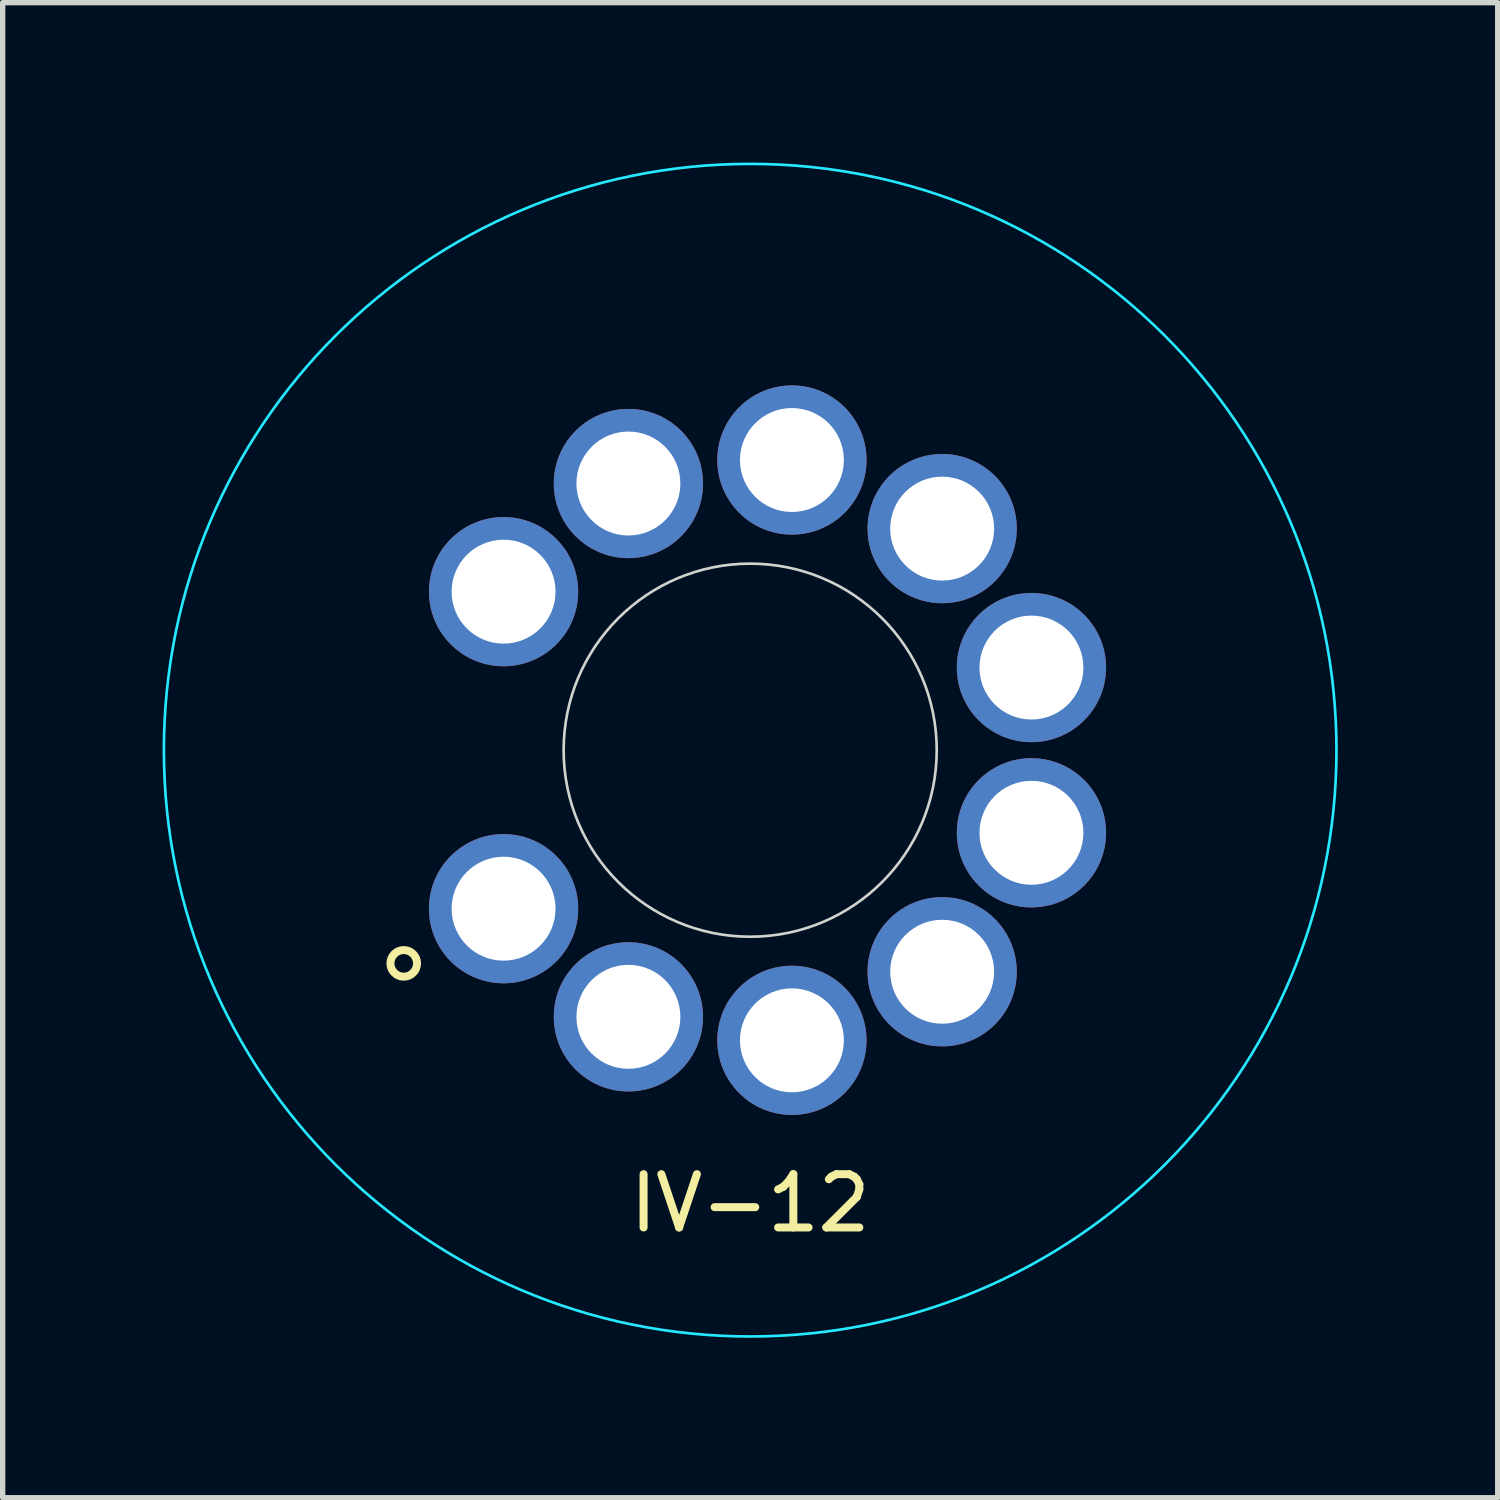
<source format=kicad_pcb>
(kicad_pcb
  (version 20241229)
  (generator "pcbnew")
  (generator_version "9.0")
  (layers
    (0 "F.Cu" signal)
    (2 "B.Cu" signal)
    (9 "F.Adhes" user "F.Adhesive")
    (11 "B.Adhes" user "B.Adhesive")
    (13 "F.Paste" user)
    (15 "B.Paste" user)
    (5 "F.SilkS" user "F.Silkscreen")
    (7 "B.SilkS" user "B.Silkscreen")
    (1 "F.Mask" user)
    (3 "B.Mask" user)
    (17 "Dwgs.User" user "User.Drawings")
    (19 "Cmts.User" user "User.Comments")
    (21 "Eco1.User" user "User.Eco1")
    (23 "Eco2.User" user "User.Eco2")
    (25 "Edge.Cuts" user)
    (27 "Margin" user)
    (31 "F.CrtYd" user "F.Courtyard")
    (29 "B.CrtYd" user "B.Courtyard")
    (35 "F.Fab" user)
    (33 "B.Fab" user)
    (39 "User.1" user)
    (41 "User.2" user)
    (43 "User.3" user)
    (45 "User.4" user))
  (footprint "IV-12"
    (layer "F.Cu")
    (at 11.025 11.025)
    (property "Reference" "IV-12" (at 0 8.5 0) (layer "F.SilkS") (effects (font (size 1 1) (thickness 0.15))))
    (attr through_hole)
    (fp_circle (center -6.5 4) (end -6.29 3.865) (stroke (width 0.15) (type solid)) (fill no) (layer "F.SilkS"))
    (fp_circle (center 0 0) (end 0 -3.5) (stroke (width 0.05) (type default)) (fill no) (layer "Edge.Cuts"))
    (fp_circle (center 0 0) (end 0 -11) (stroke (width 0.05) (type solid)) (fill no) (layer "B.CrtYd"))
    (pad "1" thru_hole circle (at -4.627 2.974 122.698) (size 2.8 2.8) (drill 1.95) (layers "*.Cu" "*.Mask"))
    (pad "2" thru_hole circle (at -2.285 5.003 155.399) (size 2.8 2.8) (drill 1.95) (layers "*.Cu" "*.Mask"))
    (pad "3" thru_hole circle (at 0.783 5.444 188.199) (size 2.8 2.8) (drill 1.95) (layers "*.Cu" "*.Mask"))
    (pad "4" thru_hole circle (at 3.602 4.157 220.899) (size 2.8 2.8) (drill 1.95) (layers "*.Cu" "*.Mask"))
    (pad "5" thru_hole circle (at 5.277 1.55 253.6) (size 2.8 2.8) (drill 1.95) (layers "*.Cu" "*.Mask"))
    (pad "6" thru_hole circle (at 5.277 -1.55 286.3) (size 2.8 2.8) (drill 1.95) (layers "*.Cu" "*.Mask"))
    (pad "7" thru_hole circle (at 3.602 -4.157 319.1) (size 2.8 2.8) (drill 1.95) (layers "*.Cu" "*.Mask"))
    (pad "8" thru_hole circle (at 0.783 -5.444 351.8) (size 2.8 2.8) (drill 1.95) (layers "*.Cu" "*.Mask"))
    (pad "9" thru_hole circle (at -2.285 -5.003 24.5) (size 2.8 2.8) (drill 1.95) (layers "*.Cu" "*.Mask"))
    (pad "10" thru_hole circle (at -4.627 -2.974 57.199) (size 2.8 2.8) (drill 1.95) (layers "*.Cu" "*.Mask")))
  (gr_rect
    (start -3 -3)
    (end 25.05 25.05)
    (stroke (width 0.1) (type default))
    (fill no)
    (layer "Edge.Cuts")))
</source>
